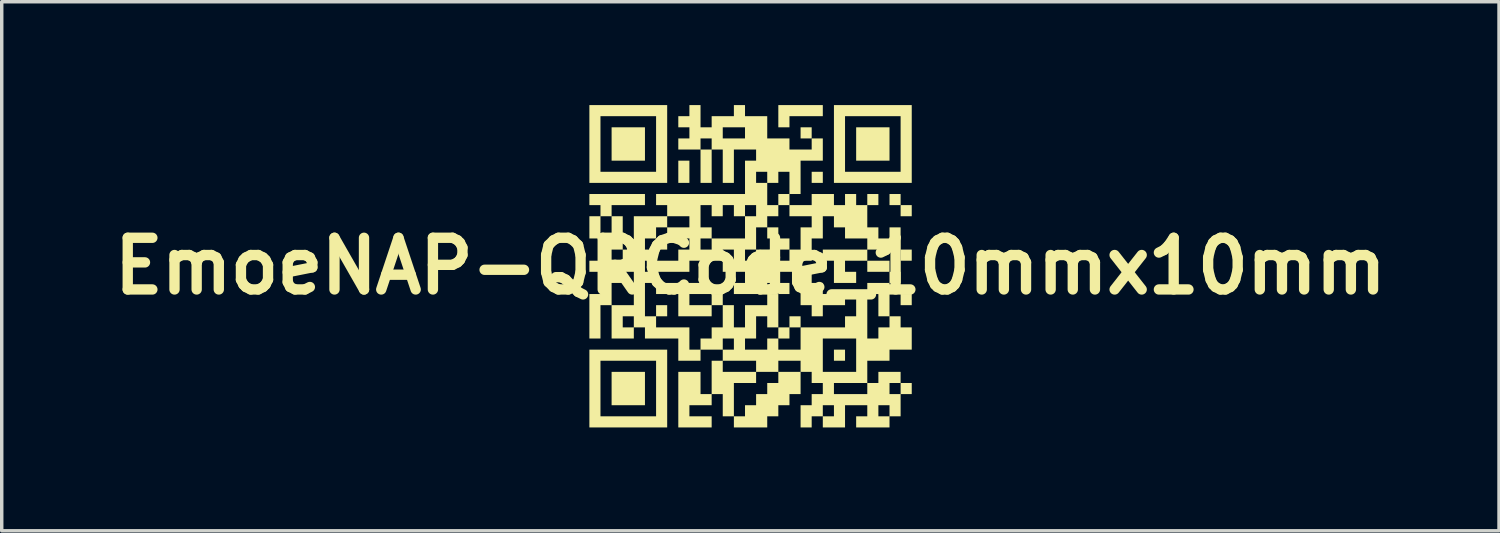
<source format=kicad_pcb>
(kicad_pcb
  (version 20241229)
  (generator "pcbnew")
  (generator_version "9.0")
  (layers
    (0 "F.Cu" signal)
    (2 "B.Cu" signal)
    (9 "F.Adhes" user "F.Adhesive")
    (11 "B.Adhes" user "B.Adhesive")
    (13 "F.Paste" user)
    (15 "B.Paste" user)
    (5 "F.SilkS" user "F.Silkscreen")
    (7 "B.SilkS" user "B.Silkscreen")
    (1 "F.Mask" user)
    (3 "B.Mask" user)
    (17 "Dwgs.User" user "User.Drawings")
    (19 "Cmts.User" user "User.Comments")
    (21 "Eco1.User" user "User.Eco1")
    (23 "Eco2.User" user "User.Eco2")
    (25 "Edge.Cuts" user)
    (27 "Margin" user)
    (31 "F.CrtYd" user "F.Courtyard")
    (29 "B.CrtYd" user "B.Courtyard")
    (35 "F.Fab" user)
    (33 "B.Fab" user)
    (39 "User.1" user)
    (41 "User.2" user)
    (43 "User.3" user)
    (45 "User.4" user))
  (footprint "EmoeNAP-QRCode_10mmx10mm"
    (layer "F.Cu")
    (at 18.729 4.673)
    (property "Reference" "EmoeNAP-QRCode_10mmx10mm" (at 0 0 0) (layer "F.SilkS") (effects (font (size 1.5 1.5) (thickness 0.3))))
    (attr board_only exclude_from_pos_files exclude_from_bom)
    (fp_poly (pts (xy -3.06 -3.544) (xy -3.06 -3.06) (xy -3.544 -3.06) (xy -4.028 -3.06) (xy -4.028 -3.544) (xy -4.028 -4.028) (xy -3.544 -4.028) (xy -3.06 -4.028)) (stroke (width 0) (type solid)) (fill yes) (layer "F.SilkS"))
    (fp_poly (pts (xy -3.06 3.554) (xy -3.06 4.038) (xy -3.544 4.038) (xy -4.028 4.038) (xy -4.028 3.554) (xy -4.028 3.07) (xy -3.544 3.07) (xy -3.06 3.07)) (stroke (width 0) (type solid)) (fill yes) (layer "F.SilkS"))
    (fp_poly (pts (xy -2.415 -0.64) (xy -2.415 -0.479) (xy -2.576 -0.479) (xy -2.737 -0.479) (xy -2.737 -0.64) (xy -2.737 -0.802) (xy -2.576 -0.802) (xy -2.415 -0.802)) (stroke (width 0) (type solid)) (fill yes) (layer "F.SilkS"))
    (fp_poly (pts (xy -2.415 1.295) (xy -2.415 1.457) (xy -2.576 1.457) (xy -2.737 1.457) (xy -2.737 1.295) (xy -2.737 1.134) (xy -2.576 1.134) (xy -2.415 1.134)) (stroke (width 0) (type solid)) (fill yes) (layer "F.SilkS"))
    (fp_poly (pts (xy -1.77 -2.737) (xy -1.77 -2.415) (xy -1.931 -2.415) (xy -2.092 -2.415) (xy -2.092 -2.737) (xy -2.092 -3.06) (xy -1.931 -3.06) (xy -1.77 -3.06)) (stroke (width 0) (type solid)) (fill yes) (layer "F.SilkS"))
    (fp_poly (pts (xy 0.811 -0.963) (xy 0.811 -0.802) (xy 0.65 -0.802) (xy 0.489 -0.802) (xy 0.489 -0.963) (xy 0.489 -1.124) (xy 0.65 -1.124) (xy 0.811 -1.124)) (stroke (width 0) (type solid)) (fill yes) (layer "F.SilkS"))
    (fp_poly (pts (xy 1.134 -0.64) (xy 1.134 -0.479) (xy 0.973 -0.479) (xy 0.811 -0.479) (xy 0.811 -0.64) (xy 0.811 -0.802) (xy 0.973 -0.802) (xy 1.134 -0.802)) (stroke (width 0) (type solid)) (fill yes) (layer "F.SilkS"))
    (fp_poly (pts (xy 1.134 0.65) (xy 1.134 0.811) (xy 0.973 0.811) (xy 0.811 0.811) (xy 0.811 0.65) (xy 0.811 0.489) (xy 0.973 0.489) (xy 1.134 0.489)) (stroke (width 0) (type solid)) (fill yes) (layer "F.SilkS"))
    (fp_poly (pts (xy 1.779 -3.867) (xy 1.779 -3.705) (xy 1.618 -3.705) (xy 1.457 -3.705) (xy 1.457 -3.867) (xy 1.457 -4.028) (xy 1.618 -4.028) (xy 1.779 -4.028)) (stroke (width 0) (type solid)) (fill yes) (layer "F.SilkS"))
    (fp_poly (pts (xy 2.102 -2.576) (xy 2.102 -2.415) (xy 1.941 -2.415) (xy 1.779 -2.415) (xy 1.779 -2.576) (xy 1.779 -2.737) (xy 1.941 -2.737) (xy 2.102 -2.737)) (stroke (width 0) (type solid)) (fill yes) (layer "F.SilkS"))
    (fp_poly (pts (xy 2.747 2.586) (xy 2.747 2.747) (xy 2.586 2.747) (xy 2.425 2.747) (xy 2.425 2.586) (xy 2.425 2.425) (xy 2.586 2.425) (xy 2.747 2.425)) (stroke (width 0) (type solid)) (fill yes) (layer "F.SilkS"))
    (fp_poly (pts (xy 4.038 -3.544) (xy 4.038 -3.06) (xy 3.554 -3.06) (xy 3.07 -3.06) (xy 3.07 -3.544) (xy 3.07 -4.028) (xy 3.554 -4.028) (xy 4.038 -4.028)) (stroke (width 0) (type solid)) (fill yes) (layer "F.SilkS"))
    (fp_poly (pts (xy 4.038 0.005) (xy 4.038 0.166) (xy 3.715 0.166) (xy 3.393 0.166) (xy 3.393 0.005) (xy 3.393 -0.156) (xy 3.715 -0.156) (xy 4.038 -0.156)) (stroke (width 0) (type solid)) (fill yes) (layer "F.SilkS"))
    (fp_poly (pts (xy 4.36 -1.931) (xy 4.36 -1.77) (xy 4.199 -1.77) (xy 4.038 -1.77) (xy 4.038 -1.931) (xy 4.038 -2.092) (xy 4.199 -2.092) (xy 4.36 -2.092)) (stroke (width 0) (type solid)) (fill yes) (layer "F.SilkS"))
    (fp_poly (pts (xy 4.683 -1.608) (xy 4.683 -1.447) (xy 4.522 -1.447) (xy 4.36 -1.447) (xy 4.36 -1.608) (xy 4.36 -1.77) (xy 4.522 -1.77) (xy 4.683 -1.77)) (stroke (width 0) (type solid)) (fill yes) (layer "F.SilkS"))
    (fp_poly (pts (xy 4.683 -0.318) (xy 4.683 -0.156) (xy 4.522 -0.156) (xy 4.36 -0.156) (xy 4.36 -0.318) (xy 4.36 -0.479) (xy 4.522 -0.479) (xy 4.683 -0.479)) (stroke (width 0) (type solid)) (fill yes) (layer "F.SilkS"))
    (fp_poly (pts (xy 4.683 0.973) (xy 4.683 1.134) (xy 4.522 1.134) (xy 4.36 1.134) (xy 4.36 0.973) (xy 4.36 0.811) (xy 4.522 0.811) (xy 4.683 0.811)) (stroke (width 0) (type solid)) (fill yes) (layer "F.SilkS"))
    (fp_poly (pts (xy 2.102 -4.512) (xy 2.102 -4.351) (xy 1.618 -4.351) (xy 1.134 -4.351) (xy 1.134 -4.189) (xy 1.134 -4.028) (xy 0.973 -4.028) (xy 0.811 -4.028) (xy 0.811 -4.351) (xy 0.811 -4.673) (xy 1.457 -4.673) (xy 2.102 -4.673)) (stroke (width 0) (type solid)) (fill yes) (layer "F.SilkS"))
    (fp_poly (pts (xy 1.457 1.618) (xy 1.457 1.779) (xy 1.295 1.779) (xy 1.134 1.779) (xy 1.134 1.941) (xy 1.134 2.102) (xy 0.973 2.102) (xy 0.811 2.102) (xy 0.811 1.941) (xy 0.811 1.779) (xy 0.973 1.779) (xy 1.134 1.779) (xy 1.134 1.618) (xy 1.134 1.457) (xy 1.295 1.457) (xy 1.457 1.457)) (stroke (width 0) (type solid)) (fill yes) (layer "F.SilkS"))
    (fp_poly (pts (xy -2.415 -3.544) (xy -2.415 -2.415) (xy -3.544 -2.415) (xy -4.673 -2.415) (xy -4.673 -3.544) (xy -4.673 -4.351) (xy -4.351 -4.351) (xy -4.351 -3.544) (xy -4.351 -2.737) (xy -3.544 -2.737) (xy -2.737 -2.737) (xy -2.737 -3.544) (xy -2.737 -4.351) (xy -3.544 -4.351) (xy -4.351 -4.351) (xy -4.673 -4.351) (xy -4.673 -4.673) (xy -3.544 -4.673) (xy -2.415 -4.673)) (stroke (width 0) (type solid)) (fill yes) (layer "F.SilkS"))
    (fp_poly (pts (xy -2.415 3.554) (xy -2.415 4.683) (xy -3.544 4.683) (xy -4.673 4.683) (xy -4.673 3.554) (xy -4.673 2.747) (xy -4.351 2.747) (xy -4.351 3.554) (xy -4.351 4.36) (xy -3.544 4.36) (xy -2.737 4.36) (xy -2.737 3.554) (xy -2.737 2.747) (xy -3.544 2.747) (xy -4.351 2.747) (xy -4.673 2.747) (xy -4.673 2.425) (xy -3.544 2.425) (xy -2.415 2.425)) (stroke (width 0) (type solid)) (fill yes) (layer "F.SilkS"))
    (fp_poly (pts (xy 4.683 -3.544) (xy 4.683 -2.415) (xy 3.554 -2.415) (xy 2.425 -2.415) (xy 2.425 -3.544) (xy 2.425 -4.351) (xy 2.747 -4.351) (xy 2.747 -3.544) (xy 2.747 -2.737) (xy 3.554 -2.737) (xy 4.36 -2.737) (xy 4.36 -3.544) (xy 4.36 -4.351) (xy 3.554 -4.351) (xy 2.747 -4.351) (xy 2.425 -4.351) (xy 2.425 -4.673) (xy 3.554 -4.673) (xy 4.683 -4.673)) (stroke (width 0) (type solid)) (fill yes) (layer "F.SilkS"))
    (fp_poly (pts (xy 1.779 0.328) (xy 1.779 0.489) (xy 1.941 0.489) (xy 2.102 0.489) (xy 2.102 0.65) (xy 2.102 0.811) (xy 2.425 0.811) (xy 2.747 0.811) (xy 2.747 0.973) (xy 2.747 1.134) (xy 2.425 1.134) (xy 2.102 1.134) (xy 2.102 1.295) (xy 2.102 1.457) (xy 1.941 1.457) (xy 1.779 1.457) (xy 1.779 1.295) (xy 1.779 1.134) (xy 1.618 1.134) (xy 1.457 1.134) (xy 1.457 0.65) (xy 1.457 0.166) (xy 1.618 0.166) (xy 1.779 0.166)) (stroke (width 0) (type solid)) (fill yes) (layer "F.SilkS"))
    (fp_poly (pts (xy -1.124 0.65) (xy -1.124 0.811) (xy -1.447 0.811) (xy -1.77 0.811) (xy -1.77 0.973) (xy -1.77 1.134) (xy -1.447 1.134) (xy -1.124 1.134) (xy -1.124 0.973) (xy -1.124 0.811) (xy -0.963 0.811) (xy -0.802 0.811) (xy -0.802 0.973) (xy -0.802 1.134) (xy -0.963 1.134) (xy -1.124 1.134) (xy -1.124 1.295) (xy -1.124 1.457) (xy -1.608 1.457) (xy -2.092 1.457) (xy -2.092 1.134) (xy -2.092 0.811) (xy -2.415 0.811) (xy -2.737 0.811) (xy -2.737 0.65) (xy -2.737 0.489) (xy -1.931 0.489) (xy -1.124 0.489)) (stroke (width 0) (type solid)) (fill yes) (layer "F.SilkS"))
    (fp_poly (pts (xy -1.447 -4.351) (xy -1.447 -4.028) (xy -1.286 -4.028) (xy -1.124 -4.028) (xy -0.802 -4.028) (xy -0.802 -3.867) (xy -0.802 -3.705) (xy -0.479 -3.705) (xy -0.156 -3.705) (xy -0.156 -3.867) (xy -0.156 -4.028) (xy -0.479 -4.028) (xy -0.802 -4.028) (xy -1.124 -4.028) (xy -1.124 -4.189) (xy -1.124 -4.351) (xy -0.802 -4.351) (xy -0.479 -4.351) (xy -0.479 -4.512) (xy -0.479 -4.673) (xy -0.318 -4.673) (xy -0.156 -4.673) (xy -0.156 -4.512) (xy -0.156 -4.351) (xy 0.166 -4.351) (xy 0.489 -4.351) (xy 0.489 -4.028) (xy 0.489 -3.705) (xy 0.811 -3.705) (xy 1.134 -3.705) (xy 1.134 -3.544) (xy 1.134 -3.383) (xy 1.457 -3.383) (xy 1.779 -3.383) (xy 1.779 -3.544) (xy 1.779 -3.705) (xy 1.941 -3.705) (xy 2.102 -3.705) (xy 2.102 -3.383) (xy 2.102 -3.06) (xy 1.779 -3.06) (xy 1.457 -3.06) (xy 1.457 -2.576) (xy 1.457 -2.092) (xy 1.295 -2.092) (xy 1.134 -2.092) (xy 1.134 -1.931) (xy 1.134 -1.77) (xy 1.457 -1.77) (xy 1.779 -1.77) (xy 1.779 -1.931) (xy 1.779 -2.092) (xy 2.102 -2.092) (xy 2.425 -2.092) (xy 2.425 -1.931) (xy 2.425 -1.77) (xy 2.586 -1.77) (xy 2.747 -1.77) (xy 2.747 -1.931) (xy 2.747 -2.092) (xy 2.909 -2.092) (xy 3.07 -2.092) (xy 3.07 -1.931) (xy 3.07 -1.77) (xy 3.231 -1.77) (xy 3.393 -1.77) (xy 3.393 -1.931) (xy 3.393 -2.092) (xy 3.554 -2.092) (xy 3.715 -2.092) (xy 3.715 -1.931) (xy 3.715 -1.77) (xy 3.554 -1.77) (xy 3.393 -1.77) (xy 3.393 -1.447) (xy 3.393 -1.124) (xy 3.554 -1.124) (xy 3.715 -1.124) (xy 3.715 -0.963) (xy 3.715 -0.802) (xy 3.876 -0.802) (xy 4.038 -0.802) (xy 4.038 -0.963) (xy 4.038 -1.124) (xy 4.199 -1.124) (xy 4.36 -1.124) (xy 4.36 -0.963) (xy 4.36 -0.802) (xy 4.199 -0.802) (xy 4.038 -0.802) (xy 4.038 -0.64) (xy 4.038 -0.479) (xy 3.715 -0.479) (xy 3.393 -0.479) (xy 3.393 -0.318) (xy 3.393 -0.156) (xy 3.07 -0.156) (xy 2.747 -0.156) (xy 2.747 0.005) (xy 2.747 0.166) (xy 2.909 0.166) (xy 3.07 0.166) (xy 3.07 0.328) (xy 3.07 0.489) (xy 2.747 0.489) (xy 2.425 0.489) (xy 2.425 0.166) (xy 2.425 -0.156) (xy 2.263 -0.156) (xy 2.102 -0.156) (xy 2.102 -0.318) (xy 2.102 -0.479) (xy 2.747 -0.479) (xy 3.393 -0.479) (xy 3.393 -0.64) (xy 3.393 -0.802) (xy 3.07 -0.802) (xy 2.747 -0.802) (xy 2.747 -0.963) (xy 2.747 -1.124) (xy 2.586 -1.124) (xy 2.425 -1.124) (xy 2.425 -1.286) (xy 2.425 -1.447) (xy 2.263 -1.447) (xy 2.102 -1.447) (xy 2.102 -1.124) (xy 2.102 -0.802) (xy 1.941 -0.802) (xy 1.779 -0.802) (xy 1.779 -0.479) (xy 1.779 -0.156) (xy 1.618 -0.156) (xy 1.457 -0.156) (xy 1.457 0.005) (xy 1.457 0.166) (xy 1.134 0.166) (xy 0.811 0.166) (xy 0.811 0.328) (xy 0.811 0.489) (xy 0.65 0.489) (xy 0.489 0.489) (xy 0.489 0.65) (xy 0.489 0.811) (xy 0.005 0.811) (xy -0.479 0.811) (xy -0.479 0.65) (xy -0.479 0.489) (xy -0.318 0.489) (xy -0.156 0.489) (xy -0.156 0.328) (xy -0.156 0.166) (xy -0.479 0.166) (xy -0.802 0.166) (xy -0.802 0.005) (xy -0.802 -0.156) (xy -0.64 -0.156) (xy -0.479 -0.156) (xy -0.156 -0.156) (xy 0.005 -0.156) (xy 0.166 -0.156) (xy 0.166 -0.318) (xy 0.166 -0.479) (xy 0.489 -0.479) (xy 0.811 -0.479) (xy 0.811 -0.318) (xy 0.811 -0.156) (xy 0.973 -0.156) (xy 1.134 -0.156) (xy 1.134 -0.318) (xy 1.134 -0.479) (xy 1.295 -0.479) (xy 1.457 -0.479) (xy 1.457 -0.802) (xy 1.457 -1.124) (xy 1.618 -1.124) (xy 1.779 -1.124) (xy 1.779 -1.286) (xy 1.779 -1.447) (xy 1.457 -1.447) (xy 1.134 -1.447) (xy 1.134 -1.608) (xy 1.134 -1.77) (xy 0.973 -1.77) (xy 0.811 -1.77) (xy 0.811 -1.608) (xy 0.811 -1.447) (xy 0.65 -1.447) (xy 0.489 -1.447) (xy 0.489 -1.286) (xy 0.489 -1.124) (xy 0.328 -1.124) (xy 0.166 -1.124) (xy 0.166 -0.802) (xy 0.166 -0.479) (xy 0.005 -0.479) (xy -0.156 -0.479) (xy -0.156 -0.318) (xy -0.156 -0.156) (xy -0.479 -0.156) (xy -0.479 -0.318) (xy -0.479 -0.479) (xy -0.64 -0.479) (xy -0.802 -0.479) (xy -0.802 -0.318) (xy -0.802 -0.156) (xy -1.286 -0.156) (xy -1.77 -0.156) (xy -1.77 0.005) (xy -1.77 0.166) (xy -2.254 0.166) (xy -2.737 0.166) (xy -2.737 0.005) (xy -2.737 -0.156) (xy -2.415 -0.156) (xy -2.092 -0.156) (xy -2.092 -0.318) (xy -2.092 -0.479) (xy -1.931 -0.479) (xy -1.77 -0.479) (xy -1.77 -0.64) (xy -1.77 -0.802) (xy -2.092 -0.802) (xy -2.415 -0.802) (xy -2.415 -0.963) (xy -2.415 -1.124) (xy -2.092 -1.124) (xy -1.77 -1.124) (xy -1.77 -1.286) (xy -1.77 -1.447) (xy -2.092 -1.447) (xy -2.415 -1.447) (xy -2.415 -1.286) (xy -2.415 -1.124) (xy -2.576 -1.124) (xy -2.737 -1.124) (xy -2.737 -0.963) (xy -2.737 -0.802) (xy -2.899 -0.802) (xy -3.06 -0.802) (xy -3.06 -0.64) (xy -3.06 -0.479) (xy -2.899 -0.479) (xy -2.737 -0.479) (xy -2.737 -0.318) (xy -2.737 -0.156) (xy -2.899 -0.156) (xy -3.06 -0.156) (xy -3.06 0.005) (xy -3.06 0.166) (xy -2.899 0.166) (xy -2.737 0.166) (xy -2.737 0.328) (xy -2.737 0.489) (xy -2.899 0.489) (xy -3.06 0.489) (xy -3.06 0.973) (xy -3.06 1.457) (xy -2.899 1.457) (xy -2.737 1.457) (xy -2.737 1.618) (xy -2.737 1.779) (xy -2.254 1.779) (xy -1.77 1.779) (xy -1.77 2.102) (xy -1.77 2.425) (xy -1.608 2.425) (xy -1.447 2.425) (xy -1.447 2.263) (xy -1.447 2.102) (xy -1.286 2.102) (xy -1.124 2.102) (xy -0.802 2.102) (xy -0.802 2.263) (xy -0.802 2.425) (xy -0.64 2.425) (xy -0.479 2.425) (xy -0.479 2.263) (xy -0.479 2.102) (xy -0.64 2.102) (xy -0.802 2.102) (xy -1.124 2.102) (xy -1.124 1.941) (xy -1.124 1.779) (xy -0.963 1.779) (xy -0.802 1.779) (xy -0.802 1.457) (xy -0.802 1.134) (xy -0.64 1.134) (xy -0.479 1.134) (xy -0.479 1.457) (xy -0.479 1.779) (xy -0.318 1.779) (xy -0.156 1.779) (xy -0.156 1.457) (xy -0.156 1.134) (xy 0.166 1.134) (xy 0.489 1.134) (xy 0.489 0.973) (xy 0.489 0.811) (xy 0.65 0.811) (xy 0.811 0.811) (xy 0.811 1.295) (xy 0.811 1.779) (xy 0.65 1.779) (xy 0.489 1.779) (xy 0.489 1.618) (xy 0.489 1.457) (xy 0.328 1.457) (xy 0.166 1.457) (xy 0.166 1.779) (xy 0.166 2.102) (xy 0.005 2.102) (xy -0.156 2.102) (xy -0.156 2.263) (xy -0.156 2.425) (xy 0.166 2.425) (xy 0.489 2.425) (xy 0.489 2.263) (xy 0.489 2.102) (xy 0.65 2.102) (xy 0.811 2.102) (xy 0.811 2.263) (xy 0.811 2.425) (xy 1.134 2.425) (xy 1.457 2.425) (xy 1.457 2.102) (xy 2.102 2.102) (xy 2.102 2.586) (xy 2.102 3.07) (xy 2.586 3.07) (xy 3.07 3.07) (xy 3.07 2.586) (xy 3.07 2.102) (xy 2.586 2.102) (xy 2.102 2.102) (xy 1.457 2.102) (xy 1.457 1.779) (xy 2.102 1.779) (xy 2.747 1.779) (xy 2.747 1.618) (xy 2.747 1.457) (xy 2.909 1.457) (xy 3.07 1.457) (xy 3.07 1.134) (xy 3.07 0.811) (xy 3.231 0.811) (xy 3.393 0.811) (xy 3.393 0.65) (xy 3.393 0.489) (xy 3.715 0.489) (xy 4.038 0.489) (xy 4.038 0.328) (xy 4.038 0.166) (xy 4.199 0.166) (xy 4.36 0.166) (xy 4.36 0.328) (xy 4.36 0.489) (xy 4.199 0.489) (xy 4.038 0.489) (xy 4.038 0.973) (xy 4.038 1.457) (xy 3.876 1.457) (xy 3.715 1.457) (xy 3.715 1.134) (xy 3.715 0.811) (xy 3.554 0.811) (xy 3.393 0.811) (xy 3.393 1.457) (xy 3.393 2.102) (xy 3.554 2.102) (xy 3.715 2.102) (xy 3.715 1.941) (xy 3.715 1.779) (xy 3.876 1.779) (xy 4.038 1.779) (xy 4.038 1.618) (xy 4.038 1.457) (xy 4.199 1.457) (xy 4.36 1.457) (xy 4.36 1.618) (xy 4.36 1.779) (xy 4.522 1.779) (xy 4.683 1.779) (xy 4.683 2.102) (xy 4.683 2.425) (xy 4.36 2.425) (xy 4.038 2.425) (xy 4.038 2.586) (xy 4.038 2.747) (xy 3.715 2.747) (xy 3.393 2.747) (xy 3.393 3.07) (xy 3.393 3.393) (xy 3.554 3.393) (xy 3.715 3.393) (xy 3.715 3.231) (xy 3.715 3.07) (xy 4.038 3.07) (xy 4.36 3.07) (xy 4.36 3.231) (xy 4.36 3.393) (xy 4.199 3.393) (xy 4.038 3.393) (xy 4.038 3.554) (xy 4.038 3.715) (xy 4.199 3.715) (xy 4.36 3.715) (xy 4.36 3.554) (xy 4.36 3.393) (xy 4.522 3.393) (xy 4.683 3.393) (xy 4.683 3.554) (xy 4.683 3.715) (xy 4.522 3.715) (xy 4.36 3.715) (xy 4.36 4.038) (xy 4.36 4.36) (xy 4.199 4.36) (xy 4.038 4.36) (xy 4.038 4.522) (xy 4.038 4.683) (xy 3.554 4.683) (xy 3.07 4.683) (xy 3.07 4.522) (xy 3.07 4.36) (xy 3.231 4.36) (xy 3.393 4.36) (xy 3.393 4.199) (xy 3.393 4.038) (xy 3.715 4.038) (xy 3.715 4.199) (xy 3.715 4.36) (xy 3.876 4.36) (xy 4.038 4.36) (xy 4.038 4.199) (xy 4.038 4.038) (xy 3.876 4.038) (xy 3.715 4.038) (xy 3.393 4.038) (xy 3.07 4.038) (xy 2.747 4.038) (xy 2.747 4.36) (xy 2.747 4.683) (xy 2.425 4.683) (xy 2.102 4.683) (xy 2.102 4.522) (xy 2.102 4.36) (xy 1.941 4.36) (xy 1.779 4.36) (xy 1.779 4.522) (xy 1.779 4.683) (xy 1.618 4.683) (xy 1.457 4.683) (xy 1.457 4.36) (xy 1.457 4.038) (xy 1.618 4.038) (xy 1.779 4.038) (xy 2.102 4.038) (xy 2.102 4.199) (xy 2.102 4.36) (xy 2.263 4.36) (xy 2.425 4.36) (xy 2.425 4.199) (xy 2.425 4.038) (xy 2.263 4.038) (xy 2.102 4.038) (xy 1.779 4.038) (xy 1.779 3.876) (xy 1.779 3.715) (xy 1.941 3.715) (xy 2.102 3.715) (xy 2.102 3.554) (xy 2.102 3.393) (xy 2.425 3.393) (xy 2.425 3.554) (xy 2.425 3.715) (xy 2.909 3.715) (xy 3.393 3.715) (xy 3.393 3.554) (xy 3.393 3.393) (xy 2.909 3.393) (xy 2.425 3.393) (xy 2.102 3.393) (xy 1.941 3.393) (xy 1.779 3.393) (xy 1.779 3.231) (xy 1.779 3.07) (xy 1.618 3.07) (xy 1.457 3.07) (xy 1.457 3.393) (xy 1.457 3.715) (xy 1.295 3.715) (xy 1.134 3.715) (xy 1.134 3.876) (xy 1.134 4.038) (xy 0.973 4.038) (xy 0.811 4.038) (xy 0.811 4.199) (xy 0.811 4.36) (xy 0.65 4.36) (xy 0.489 4.36) (xy 0.489 4.522) (xy 0.489 4.683) (xy 0.005 4.683) (xy -0.479 4.683) (xy -0.479 4.522) (xy -0.479 4.36) (xy -0.64 4.36) (xy -0.802 4.36) (xy -0.802 4.038) (xy -0.802 3.715) (xy -0.963 3.715) (xy -1.124 3.715) (xy -1.124 3.876) (xy -1.124 4.038) (xy -1.447 4.038) (xy -1.77 4.038) (xy -1.77 4.199) (xy -1.77 4.36) (xy -1.447 4.36) (xy -1.124 4.36) (xy -1.124 4.522) (xy -1.124 4.683) (xy -1.608 4.683) (xy -2.092 4.683) (xy -2.092 3.876) (xy -2.092 3.07) (xy -1.77 3.07) (xy -1.447 3.07) (xy -1.447 3.393) (xy -1.447 3.715) (xy -1.286 3.715) (xy -1.124 3.715) (xy -1.124 3.231) (xy -1.124 2.747) (xy -0.963 2.747) (xy -0.802 2.747) (xy -0.802 2.909) (xy -0.802 3.07) (xy -0.318 3.07) (xy 0.166 3.07) (xy 0.166 3.231) (xy 0.166 3.393) (xy -0.156 3.393) (xy -0.479 3.393) (xy -0.479 3.876) (xy -0.479 4.36) (xy -0.318 4.36) (xy -0.156 4.36) (xy -0.156 4.199) (xy -0.156 4.038) (xy 0.005 4.038) (xy 0.166 4.038) (xy 0.166 3.876) (xy 0.166 3.715) (xy 0.328 3.715) (xy 0.489 3.715) (xy 0.489 3.554) (xy 0.489 3.393) (xy 0.65 3.393) (xy 0.811 3.393) (xy 0.811 3.231) (xy 0.811 3.07) (xy 1.134 3.07) (xy 1.457 3.07) (xy 1.457 2.909) (xy 1.457 2.747) (xy 1.134 2.747) (xy 0.811 2.747) (xy 0.811 2.909) (xy 0.811 3.07) (xy 0.489 3.07) (xy 0.166 3.07) (xy 0.166 2.909) (xy 0.166 2.747) (xy -0.318 2.747) (xy -0.802 2.747) (xy -0.802 2.586) (xy -0.802 2.425) (xy -1.124 2.425) (xy -1.447 2.425) (xy -1.447 2.586) (xy -1.447 2.747) (xy -1.77 2.747) (xy -2.092 2.747) (xy -2.092 2.425) (xy -2.092 2.102) (xy -2.576 2.102) (xy -3.06 2.102) (xy -3.06 1.941) (xy -3.06 1.779) (xy -3.221 1.779) (xy -3.383 1.779) (xy -3.383 1.941) (xy -3.383 2.102) (xy -3.705 2.102) (xy -4.028 2.102) (xy -4.028 1.618) (xy -4.028 1.457) (xy -3.705 1.457) (xy -3.705 1.618) (xy -3.705 1.779) (xy -3.544 1.779) (xy -3.383 1.779) (xy -3.383 1.618) (xy -3.383 1.457) (xy -3.544 1.457) (xy -3.705 1.457) (xy -4.028 1.457) (xy -4.028 1.134) (xy -3.705 1.134) (xy -3.383 1.134) (xy -3.383 0.65) (xy -3.383 0.166) (xy -3.544 0.166) (xy -3.705 0.166) (xy -3.705 0.328) (xy -3.705 0.489) (xy -3.867 0.489) (xy -4.028 0.489) (xy -4.028 0.811) (xy -4.028 1.134) (xy -4.189 1.134) (xy -4.351 1.134) (xy -4.351 1.618) (xy -4.351 2.102) (xy -4.512 2.102) (xy -4.673 2.102) (xy -4.673 1.457) (xy -4.673 0.811) (xy -4.512 0.811) (xy -4.351 0.811) (xy -4.351 0.489) (xy -4.351 0.166) (xy -4.512 0.166) (xy -4.673 0.166) (xy -4.673 0.005) (xy -4.673 -0.156) (xy -4.512 -0.156) (xy -4.351 -0.156) (xy -4.351 -0.479) (xy -4.028 -0.479) (xy -4.028 -0.318) (xy -4.028 -0.156) (xy -3.867 -0.156) (xy -3.705 -0.156) (xy -3.705 -0.318) (xy -3.705 -0.479) (xy -3.867 -0.479) (xy -4.028 -0.479) (xy -4.351 -0.479) (xy -4.351 -0.802) (xy -4.512 -0.802) (xy -4.673 -0.802) (xy -4.673 -1.124) (xy -4.673 -1.447) (xy -4.512 -1.447) (xy -4.351 -1.447) (xy -4.351 -1.608) (xy -4.351 -1.77) (xy -4.512 -1.77) (xy -4.673 -1.77) (xy -4.673 -1.931) (xy -4.673 -2.092) (xy -3.867 -2.092) (xy -3.06 -2.092) (xy -3.06 -1.931) (xy -3.06 -1.77) (xy -3.544 -1.77) (xy -4.028 -1.77) (xy -4.028 -1.608) (xy -4.028 -1.447) (xy -4.189 -1.447) (xy -4.351 -1.447) (xy -4.351 -1.124) (xy -4.351 -0.802) (xy -4.189 -0.802) (xy -4.028 -0.802) (xy -4.028 -1.124) (xy -4.028 -1.447) (xy -3.867 -1.447) (xy -3.705 -1.447) (xy -3.705 -0.963) (xy -3.705 -0.479) (xy -3.544 -0.479) (xy -3.383 -0.479) (xy -3.383 -0.963) (xy -3.383 -1.447) (xy -2.899 -1.447) (xy -2.415 -1.447) (xy -2.415 -1.608) (xy -2.415 -1.77) (xy -1.447 -1.77) (xy -1.447 -1.447) (xy -1.447 -1.124) (xy -1.286 -1.124) (xy -1.124 -1.124) (xy -1.124 -0.963) (xy -1.124 -0.802) (xy -1.286 -0.802) (xy -1.447 -0.802) (xy -1.447 -0.64) (xy -1.447 -0.479) (xy -1.286 -0.479) (xy -1.124 -0.479) (xy -1.124 -0.64) (xy -1.124 -0.802) (xy -0.64 -0.802) (xy -0.156 -0.802) (xy -0.156 -1.124) (xy -0.156 -1.447) (xy 0.005 -1.447) (xy 0.166 -1.447) (xy 0.166 -1.608) (xy 0.166 -1.77) (xy 0.005 -1.77) (xy -0.156 -1.77) (xy -0.156 -1.608) (xy -0.156 -1.447) (xy -0.318 -1.447) (xy -0.479 -1.447) (xy -0.479 -1.608) (xy -0.479 -1.77) (xy -0.64 -1.77) (xy -0.802 -1.77) (xy -0.802 -1.608) (xy -0.802 -1.447) (xy -0.963 -1.447) (xy -1.124 -1.447) (xy -1.124 -1.608) (xy -1.124 -1.77) (xy -1.286 -1.77) (xy -1.447 -1.77) (xy -2.415 -1.77) (xy -2.576 -1.77) (xy -2.737 -1.77) (xy -2.737 -1.931) (xy -2.737 -2.092) (xy -1.447 -2.092) (xy -0.156 -2.092) (xy -0.156 -2.576) (xy -0.156 -2.737) (xy 0.166 -2.737) (xy 0.166 -2.576) (xy 0.166 -2.415) (xy 0.328 -2.415) (xy 0.489 -2.415) (xy 0.489 -2.092) (xy 0.489 -1.77) (xy 0.65 -1.77) (xy 0.811 -1.77) (xy 0.811 -1.931) (xy 0.811 -2.092) (xy 0.973 -2.092) (xy 1.134 -2.092) (xy 1.134 -2.415) (xy 1.134 -2.737) (xy 0.973 -2.737) (xy 0.811 -2.737) (xy 0.811 -2.576) (xy 0.811 -2.415) (xy 0.65 -2.415) (xy 0.489 -2.415) (xy 0.489 -2.576) (xy 0.489 -2.737) (xy 0.328 -2.737) (xy 0.166 -2.737) (xy -0.156 -2.737) (xy -0.156 -3.06) (xy 0.005 -3.06) (xy 0.166 -3.06) (xy 0.166 -3.221) (xy 0.166 -3.383) (xy -0.156 -3.383) (xy -0.479 -3.383) (xy -0.479 -2.899) (xy -0.479 -2.415) (xy -0.64 -2.415) (xy -0.802 -2.415) (xy -0.802 -2.899) (xy -0.802 -3.383) (xy -0.963 -3.383) (xy -1.124 -3.383) (xy -1.124 -2.899) (xy -1.124 -2.415) (xy -1.286 -2.415) (xy -1.447 -2.415) (xy -1.447 -2.899) (xy -1.447 -3.383) (xy -1.77 -3.383) (xy -2.092 -3.383) (xy -2.092 -3.544) (xy -2.092 -3.705) (xy -1.931 -3.705) (xy -1.77 -3.705) (xy -1.447 -3.705) (xy -1.447 -3.544) (xy -1.447 -3.383) (xy -1.286 -3.383) (xy -1.124 -3.383) (xy -1.124 -3.544) (xy -1.124 -3.705) (xy -1.286 -3.705) (xy -1.447 -3.705) (xy -1.77 -3.705) (xy -1.77 -3.867) (xy -1.77 -4.028) (xy -1.931 -4.028) (xy -2.092 -4.028) (xy -2.092 -4.189) (xy -2.092 -4.351) (xy -1.931 -4.351) (xy -1.77 -4.351) (xy -1.77 -4.512) (xy -1.77 -4.673) (xy -1.608 -4.673) (xy -1.447 -4.673)) (stroke (width 0) (type solid)) (fill yes) (layer "F.SilkS")))
  (gr_rect
    (start -3 -3)
    (end 40.457 12.356)
    (stroke (width 0.1) (type default))
    (fill no)
    (layer "Edge.Cuts")))
</source>
